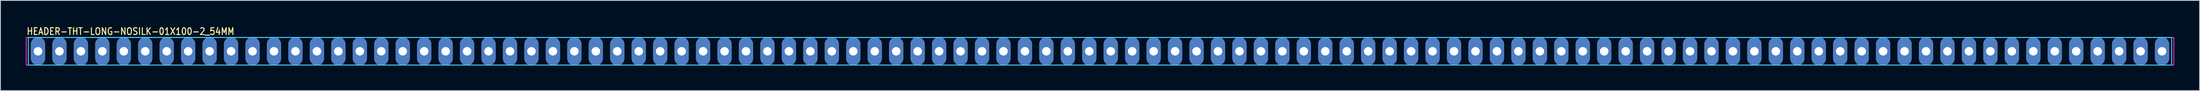
<source format=kicad_pcb>
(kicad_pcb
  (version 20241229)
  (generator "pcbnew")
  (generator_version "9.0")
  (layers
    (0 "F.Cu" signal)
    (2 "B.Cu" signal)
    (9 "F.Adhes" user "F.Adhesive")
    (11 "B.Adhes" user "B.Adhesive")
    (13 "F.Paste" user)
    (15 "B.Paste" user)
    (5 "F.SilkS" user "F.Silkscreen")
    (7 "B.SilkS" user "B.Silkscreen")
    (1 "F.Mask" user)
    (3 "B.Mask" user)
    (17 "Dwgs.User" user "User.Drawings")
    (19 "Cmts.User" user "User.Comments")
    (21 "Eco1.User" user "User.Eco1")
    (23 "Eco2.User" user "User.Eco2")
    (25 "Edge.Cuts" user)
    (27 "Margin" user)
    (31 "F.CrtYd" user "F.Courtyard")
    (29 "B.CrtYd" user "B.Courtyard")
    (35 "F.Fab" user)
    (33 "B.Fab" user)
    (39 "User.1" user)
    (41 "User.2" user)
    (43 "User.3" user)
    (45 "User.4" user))
  (footprint "HEADER-THT-LONG-NOSILK-01X100-2_54MM"
    (layer "F.Cu")
    (at 1.447 3.079)
    (property "Reference" "HEADER-THT-LONG-NOSILK-01X100-2_54MM" (at -1.4 -1.9 0) (unlocked yes) (layer "F.SilkS") (effects (font (size 0.813 0.695) (thickness 0.122)) (justify left bottom)))
    (fp_poly (pts (xy -1.143 -1.651) (xy 252.603 -1.651) (xy 252.603 1.651) (xy -1.143 1.651)) (stroke (width 0.1) (type solid)) (fill no) (layer "B.CrtYd"))
    (fp_poly (pts (xy -1.397 -1.651) (xy 252.857 -1.651) (xy 252.857 1.651) (xy -1.397 1.651)) (stroke (width 0.1) (type solid)) (fill no) (layer "F.CrtYd"))
    (pad "1" thru_hole oval (at 0 0 90) (size 3.387 1.693) (drill 1.016) (layers "*.Cu" "*.Mask"))
    (pad "2" thru_hole oval (at 2.54 0 90) (size 3.387 1.693) (drill 1.016) (layers "*.Cu" "*.Mask"))
    (pad "3" thru_hole oval (at 5.08 0 90) (size 3.387 1.693) (drill 1.016) (layers "*.Cu" "*.Mask"))
    (pad "4" thru_hole oval (at 7.62 0 90) (size 3.387 1.693) (drill 1.016) (layers "*.Cu" "*.Mask"))
    (pad "5" thru_hole oval (at 10.16 0 90) (size 3.387 1.693) (drill 1.016) (layers "*.Cu" "*.Mask"))
    (pad "6" thru_hole oval (at 12.7 0 90) (size 3.387 1.693) (drill 1.016) (layers "*.Cu" "*.Mask"))
    (pad "7" thru_hole oval (at 15.24 0 90) (size 3.387 1.693) (drill 1.016) (layers "*.Cu" "*.Mask"))
    (pad "8" thru_hole oval (at 17.78 0 90) (size 3.387 1.693) (drill 1.016) (layers "*.Cu" "*.Mask"))
    (pad "9" thru_hole oval (at 20.32 0 90) (size 3.387 1.693) (drill 1.016) (layers "*.Cu" "*.Mask"))
    (pad "10" thru_hole oval (at 22.86 0 90) (size 3.387 1.693) (drill 1.016) (layers "*.Cu" "*.Mask"))
    (pad "11" thru_hole oval (at 25.4 0 90) (size 3.387 1.693) (drill 1.016) (layers "*.Cu" "*.Mask"))
    (pad "12" thru_hole oval (at 27.94 0 90) (size 3.387 1.693) (drill 1.016) (layers "*.Cu" "*.Mask"))
    (pad "13" thru_hole oval (at 30.48 0 90) (size 3.387 1.693) (drill 1.016) (layers "*.Cu" "*.Mask"))
    (pad "14" thru_hole oval (at 33.02 0 90) (size 3.387 1.693) (drill 1.016) (layers "*.Cu" "*.Mask"))
    (pad "15" thru_hole oval (at 35.56 0 90) (size 3.387 1.693) (drill 1.016) (layers "*.Cu" "*.Mask"))
    (pad "16" thru_hole oval (at 38.1 0 90) (size 3.387 1.693) (drill 1.016) (layers "*.Cu" "*.Mask"))
    (pad "17" thru_hole oval (at 40.64 0 90) (size 3.387 1.693) (drill 1.016) (layers "*.Cu" "*.Mask"))
    (pad "18" thru_hole oval (at 43.18 0 90) (size 3.387 1.693) (drill 1.016) (layers "*.Cu" "*.Mask"))
    (pad "19" thru_hole oval (at 45.72 0 90) (size 3.387 1.693) (drill 1.016) (layers "*.Cu" "*.Mask"))
    (pad "20" thru_hole oval (at 48.26 0 90) (size 3.387 1.693) (drill 1.016) (layers "*.Cu" "*.Mask"))
    (pad "21" thru_hole oval (at 50.8 0 90) (size 3.387 1.693) (drill 1.016) (layers "*.Cu" "*.Mask"))
    (pad "22" thru_hole oval (at 53.34 0 90) (size 3.387 1.693) (drill 1.016) (layers "*.Cu" "*.Mask"))
    (pad "23" thru_hole oval (at 55.88 0 90) (size 3.387 1.693) (drill 1.016) (layers "*.Cu" "*.Mask"))
    (pad "24" thru_hole oval (at 58.42 0 90) (size 3.387 1.693) (drill 1.016) (layers "*.Cu" "*.Mask"))
    (pad "25" thru_hole oval (at 60.96 0 90) (size 3.387 1.693) (drill 1.016) (layers "*.Cu" "*.Mask"))
    (pad "26" thru_hole oval (at 63.5 0 90) (size 3.387 1.693) (drill 1.016) (layers "*.Cu" "*.Mask"))
    (pad "27" thru_hole oval (at 66.04 0 90) (size 3.387 1.693) (drill 1.016) (layers "*.Cu" "*.Mask"))
    (pad "28" thru_hole oval (at 68.58 0 90) (size 3.387 1.693) (drill 1.016) (layers "*.Cu" "*.Mask"))
    (pad "29" thru_hole oval (at 71.12 0 90) (size 3.387 1.693) (drill 1.016) (layers "*.Cu" "*.Mask"))
    (pad "30" thru_hole oval (at 73.66 0 90) (size 3.387 1.693) (drill 1.016) (layers "*.Cu" "*.Mask"))
    (pad "31" thru_hole oval (at 76.2 0 90) (size 3.387 1.693) (drill 1.016) (layers "*.Cu" "*.Mask"))
    (pad "32" thru_hole oval (at 78.74 0 90) (size 3.387 1.693) (drill 1.016) (layers "*.Cu" "*.Mask"))
    (pad "33" thru_hole oval (at 81.28 0 90) (size 3.387 1.693) (drill 1.016) (layers "*.Cu" "*.Mask"))
    (pad "34" thru_hole oval (at 83.82 0 90) (size 3.387 1.693) (drill 1.016) (layers "*.Cu" "*.Mask"))
    (pad "35" thru_hole oval (at 86.36 0 90) (size 3.387 1.693) (drill 1.016) (layers "*.Cu" "*.Mask"))
    (pad "36" thru_hole oval (at 88.9 0 90) (size 3.387 1.693) (drill 1.016) (layers "*.Cu" "*.Mask"))
    (pad "37" thru_hole oval (at 91.44 0 90) (size 3.387 1.693) (drill 1.016) (layers "*.Cu" "*.Mask"))
    (pad "38" thru_hole oval (at 93.98 0 90) (size 3.387 1.693) (drill 1.016) (layers "*.Cu" "*.Mask"))
    (pad "39" thru_hole oval (at 96.52 0 90) (size 3.387 1.693) (drill 1.016) (layers "*.Cu" "*.Mask"))
    (pad "40" thru_hole oval (at 99.06 0 90) (size 3.387 1.693) (drill 1.016) (layers "*.Cu" "*.Mask"))
    (pad "41" thru_hole oval (at 101.6 0 90) (size 3.387 1.693) (drill 1.016) (layers "*.Cu" "*.Mask"))
    (pad "42" thru_hole oval (at 104.14 0 90) (size 3.387 1.693) (drill 1.016) (layers "*.Cu" "*.Mask"))
    (pad "43" thru_hole oval (at 106.68 0 90) (size 3.387 1.693) (drill 1.016) (layers "*.Cu" "*.Mask"))
    (pad "44" thru_hole oval (at 109.22 0 90) (size 3.387 1.693) (drill 1.016) (layers "*.Cu" "*.Mask"))
    (pad "45" thru_hole oval (at 111.76 0 90) (size 3.387 1.693) (drill 1.016) (layers "*.Cu" "*.Mask"))
    (pad "46" thru_hole oval (at 114.3 0 90) (size 3.387 1.693) (drill 1.016) (layers "*.Cu" "*.Mask"))
    (pad "47" thru_hole oval (at 116.84 0 90) (size 3.387 1.693) (drill 1.016) (layers "*.Cu" "*.Mask"))
    (pad "48" thru_hole oval (at 119.38 0 90) (size 3.387 1.693) (drill 1.016) (layers "*.Cu" "*.Mask"))
    (pad "49" thru_hole oval (at 121.92 0 90) (size 3.387 1.693) (drill 1.016) (layers "*.Cu" "*.Mask"))
    (pad "50" thru_hole oval (at 124.46 0 90) (size 3.387 1.693) (drill 1.016) (layers "*.Cu" "*.Mask"))
    (pad "51" thru_hole oval (at 127 0 90) (size 3.387 1.693) (drill 1.016) (layers "*.Cu" "*.Mask"))
    (pad "52" thru_hole oval (at 129.54 0 90) (size 3.387 1.693) (drill 1.016) (layers "*.Cu" "*.Mask"))
    (pad "53" thru_hole oval (at 132.08 0 90) (size 3.387 1.693) (drill 1.016) (layers "*.Cu" "*.Mask"))
    (pad "54" thru_hole oval (at 134.62 0 90) (size 3.387 1.693) (drill 1.016) (layers "*.Cu" "*.Mask"))
    (pad "55" thru_hole oval (at 137.16 0 90) (size 3.387 1.693) (drill 1.016) (layers "*.Cu" "*.Mask"))
    (pad "56" thru_hole oval (at 139.7 0 90) (size 3.387 1.693) (drill 1.016) (layers "*.Cu" "*.Mask"))
    (pad "57" thru_hole oval (at 142.24 0 90) (size 3.387 1.693) (drill 1.016) (layers "*.Cu" "*.Mask"))
    (pad "58" thru_hole oval (at 144.78 0 90) (size 3.387 1.693) (drill 1.016) (layers "*.Cu" "*.Mask"))
    (pad "59" thru_hole oval (at 147.32 0 90) (size 3.387 1.693) (drill 1.016) (layers "*.Cu" "*.Mask"))
    (pad "60" thru_hole oval (at 149.86 0 90) (size 3.387 1.693) (drill 1.016) (layers "*.Cu" "*.Mask"))
    (pad "61" thru_hole oval (at 152.4 0 90) (size 3.387 1.693) (drill 1.016) (layers "*.Cu" "*.Mask"))
    (pad "62" thru_hole oval (at 154.94 0 90) (size 3.387 1.693) (drill 1.016) (layers "*.Cu" "*.Mask"))
    (pad "63" thru_hole oval (at 157.48 0 90) (size 3.387 1.693) (drill 1.016) (layers "*.Cu" "*.Mask"))
    (pad "64" thru_hole oval (at 160.02 0 90) (size 3.387 1.693) (drill 1.016) (layers "*.Cu" "*.Mask"))
    (pad "65" thru_hole oval (at 162.56 0 90) (size 3.387 1.693) (drill 1.016) (layers "*.Cu" "*.Mask"))
    (pad "66" thru_hole oval (at 165.1 0 90) (size 3.387 1.693) (drill 1.016) (layers "*.Cu" "*.Mask"))
    (pad "67" thru_hole oval (at 167.64 0 90) (size 3.387 1.693) (drill 1.016) (layers "*.Cu" "*.Mask"))
    (pad "68" thru_hole oval (at 170.18 0 90) (size 3.387 1.693) (drill 1.016) (layers "*.Cu" "*.Mask"))
    (pad "69" thru_hole oval (at 172.72 0 90) (size 3.387 1.693) (drill 1.016) (layers "*.Cu" "*.Mask"))
    (pad "70" thru_hole oval (at 175.26 0 90) (size 3.387 1.693) (drill 1.016) (layers "*.Cu" "*.Mask"))
    (pad "71" thru_hole oval (at 177.8 0 90) (size 3.387 1.693) (drill 1.016) (layers "*.Cu" "*.Mask"))
    (pad "72" thru_hole oval (at 180.34 0 90) (size 3.387 1.693) (drill 1.016) (layers "*.Cu" "*.Mask"))
    (pad "73" thru_hole oval (at 182.88 0 90) (size 3.387 1.693) (drill 1.016) (layers "*.Cu" "*.Mask"))
    (pad "74" thru_hole oval (at 185.42 0 90) (size 3.387 1.693) (drill 1.016) (layers "*.Cu" "*.Mask"))
    (pad "75" thru_hole oval (at 187.96 0 90) (size 3.387 1.693) (drill 1.016) (layers "*.Cu" "*.Mask"))
    (pad "76" thru_hole oval (at 190.5 0 90) (size 3.387 1.693) (drill 1.016) (layers "*.Cu" "*.Mask"))
    (pad "77" thru_hole oval (at 193.04 0 90) (size 3.387 1.693) (drill 1.016) (layers "*.Cu" "*.Mask"))
    (pad "78" thru_hole oval (at 195.58 0 90) (size 3.387 1.693) (drill 1.016) (layers "*.Cu" "*.Mask"))
    (pad "79" thru_hole oval (at 198.12 0 90) (size 3.387 1.693) (drill 1.016) (layers "*.Cu" "*.Mask"))
    (pad "80" thru_hole oval (at 200.66 0 90) (size 3.387 1.693) (drill 1.016) (layers "*.Cu" "*.Mask"))
    (pad "81" thru_hole oval (at 203.2 0 90) (size 3.387 1.693) (drill 1.016) (layers "*.Cu" "*.Mask"))
    (pad "82" thru_hole oval (at 205.74 0 90) (size 3.387 1.693) (drill 1.016) (layers "*.Cu" "*.Mask"))
    (pad "83" thru_hole oval (at 208.28 0 90) (size 3.387 1.693) (drill 1.016) (layers "*.Cu" "*.Mask"))
    (pad "84" thru_hole oval (at 210.82 0 90) (size 3.387 1.693) (drill 1.016) (layers "*.Cu" "*.Mask"))
    (pad "85" thru_hole oval (at 213.36 0 90) (size 3.387 1.693) (drill 1.016) (layers "*.Cu" "*.Mask"))
    (pad "86" thru_hole oval (at 215.9 0 90) (size 3.387 1.693) (drill 1.016) (layers "*.Cu" "*.Mask"))
    (pad "87" thru_hole oval (at 218.44 0 90) (size 3.387 1.693) (drill 1.016) (layers "*.Cu" "*.Mask"))
    (pad "88" thru_hole oval (at 220.98 0 90) (size 3.387 1.693) (drill 1.016) (layers "*.Cu" "*.Mask"))
    (pad "89" thru_hole oval (at 223.52 0 90) (size 3.387 1.693) (drill 1.016) (layers "*.Cu" "*.Mask"))
    (pad "90" thru_hole oval (at 226.06 0 90) (size 3.387 1.693) (drill 1.016) (layers "*.Cu" "*.Mask"))
    (pad "91" thru_hole oval (at 228.6 0 90) (size 3.387 1.693) (drill 1.016) (layers "*.Cu" "*.Mask"))
    (pad "92" thru_hole oval (at 231.14 0 90) (size 3.387 1.693) (drill 1.016) (layers "*.Cu" "*.Mask"))
    (pad "93" thru_hole oval (at 233.68 0 90) (size 3.387 1.693) (drill 1.016) (layers "*.Cu" "*.Mask"))
    (pad "94" thru_hole oval (at 236.22 0 90) (size 3.387 1.693) (drill 1.016) (layers "*.Cu" "*.Mask"))
    (pad "95" thru_hole oval (at 238.76 0 90) (size 3.387 1.693) (drill 1.016) (layers "*.Cu" "*.Mask"))
    (pad "96" thru_hole oval (at 241.3 0 90) (size 3.387 1.693) (drill 1.016) (layers "*.Cu" "*.Mask"))
    (pad "97" thru_hole oval (at 243.84 0 90) (size 3.387 1.693) (drill 1.016) (layers "*.Cu" "*.Mask"))
    (pad "98" thru_hole oval (at 246.38 0 90) (size 3.387 1.693) (drill 1.016) (layers "*.Cu" "*.Mask"))
    (pad "99" thru_hole oval (at 248.92 0 90) (size 3.387 1.693) (drill 1.016) (layers "*.Cu" "*.Mask"))
    (pad "100" thru_hole oval (at 251.46 0 90) (size 3.387 1.693) (drill 1.016) (layers "*.Cu" "*.Mask")))
  (gr_rect
    (start -3 -3)
    (end 257.354 7.78)
    (stroke (width 0.1) (type default))
    (fill no)
    (layer "Edge.Cuts")))
</source>
